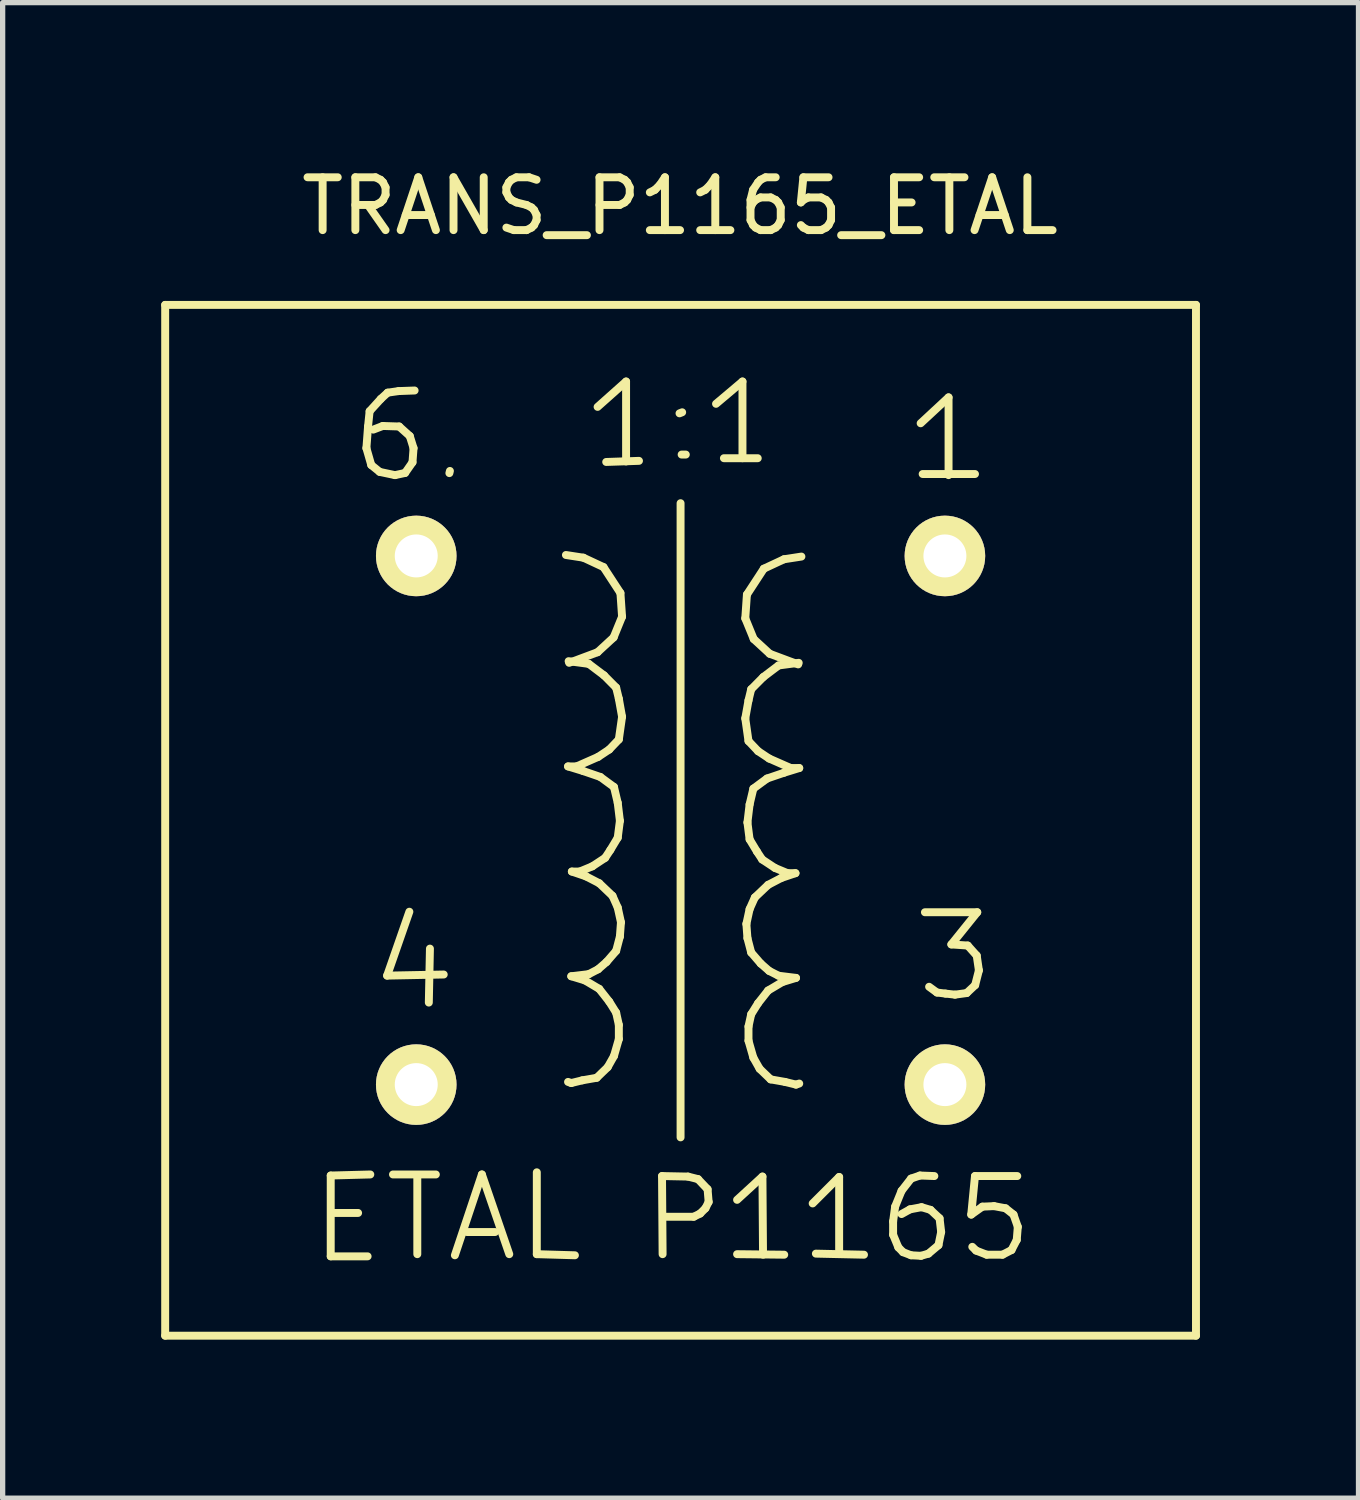
<source format=kicad_pcb>
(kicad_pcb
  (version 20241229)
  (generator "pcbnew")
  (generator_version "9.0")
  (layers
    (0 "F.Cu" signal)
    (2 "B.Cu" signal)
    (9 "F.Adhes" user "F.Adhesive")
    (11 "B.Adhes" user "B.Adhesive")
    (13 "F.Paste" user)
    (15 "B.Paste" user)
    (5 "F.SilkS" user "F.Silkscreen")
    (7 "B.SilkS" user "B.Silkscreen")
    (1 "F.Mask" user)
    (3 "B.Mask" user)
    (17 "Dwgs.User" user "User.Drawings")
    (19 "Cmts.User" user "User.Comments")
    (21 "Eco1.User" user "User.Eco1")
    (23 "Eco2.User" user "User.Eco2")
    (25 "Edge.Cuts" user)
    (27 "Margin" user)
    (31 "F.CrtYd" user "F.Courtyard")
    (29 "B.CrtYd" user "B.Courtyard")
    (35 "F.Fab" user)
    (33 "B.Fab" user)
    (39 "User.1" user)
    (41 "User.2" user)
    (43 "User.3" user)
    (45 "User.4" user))
  (footprint "TRANS_P1165_ETAL"
    (layer "F.Cu")
    (at 9.826 12.469)
    (property "Reference" "TRANS_P1165_ETAL" (at -0.01 -11.62 0) (layer "F.SilkS") (effects (font (size 1 1) (thickness 0.15))))
    (attr through_hole)
    (fp_line (start -9.751 -9.751) (end -9.751 9.751) (stroke (width 0.15) (type solid)) (layer "F.SilkS"))
    (fp_line (start -9.751 9.751) (end 9.751 9.751) (stroke (width 0.15) (type solid)) (layer "F.SilkS"))
    (fp_line (start -6.619 6.721) (end -6.619 8.25) (stroke (width 0.15) (type solid)) (layer "F.SilkS"))
    (fp_line (start -6.619 8.25) (end -5.921 8.25) (stroke (width 0.15) (type solid)) (layer "F.SilkS"))
    (fp_line (start -6.551 7.429) (end -6.101 7.429) (stroke (width 0.15) (type solid)) (layer "F.SilkS"))
    (fp_line (start -5.944 -7.041) (end -5.852 -6.721) (stroke (width 0.15) (type solid)) (layer "F.SilkS"))
    (fp_line (start -5.913 -7.45) (end -5.944 -7.041) (stroke (width 0.15) (type solid)) (layer "F.SilkS"))
    (fp_line (start -5.883 -7.739) (end -5.913 -7.45) (stroke (width 0.15) (type solid)) (layer "F.SilkS"))
    (fp_line (start -5.87 6.701) (end -6.619 6.721) (stroke (width 0.15) (type solid)) (layer "F.SilkS"))
    (fp_line (start -5.852 -6.721) (end -5.692 -6.591) (stroke (width 0.15) (type solid)) (layer "F.SilkS"))
    (fp_line (start -5.692 -6.591) (end -5.403 -6.53) (stroke (width 0.15) (type solid)) (layer "F.SilkS"))
    (fp_line (start -5.672 -7.971) (end -5.883 -7.739) (stroke (width 0.15) (type solid)) (layer "F.SilkS"))
    (fp_line (start -5.634 -7.46) (end -5.814 -7.391) (stroke (width 0.15) (type solid)) (layer "F.SilkS"))
    (fp_line (start -5.552 2.939) (end -4.481 2.918) (stroke (width 0.15) (type solid)) (layer "F.SilkS"))
    (fp_line (start -5.542 -8.09) (end -5.672 -7.971) (stroke (width 0.15) (type solid)) (layer "F.SilkS"))
    (fp_line (start -5.441 6.701) (end -4.63 6.701) (stroke (width 0.15) (type solid)) (layer "F.SilkS"))
    (fp_line (start -5.403 -6.53) (end -5.212 -6.571) (stroke (width 0.15) (type solid)) (layer "F.SilkS"))
    (fp_line (start -5.334 -8.12) (end -5.542 -8.09) (stroke (width 0.15) (type solid)) (layer "F.SilkS"))
    (fp_line (start -5.324 -7.45) (end -5.634 -7.46) (stroke (width 0.15) (type solid)) (layer "F.SilkS"))
    (fp_line (start -5.212 -6.571) (end -5.072 -6.772) (stroke (width 0.15) (type solid)) (layer "F.SilkS"))
    (fp_line (start -5.131 1.73) (end -5.552 2.939) (stroke (width 0.15) (type solid)) (layer "F.SilkS"))
    (fp_line (start -5.123 -7.269) (end -5.324 -7.45) (stroke (width 0.15) (type solid)) (layer "F.SilkS"))
    (fp_line (start -5.072 -6.772) (end -5.052 -7.041) (stroke (width 0.15) (type solid)) (layer "F.SilkS"))
    (fp_line (start -5.052 -7.041) (end -5.123 -7.269) (stroke (width 0.15) (type solid)) (layer "F.SilkS"))
    (fp_line (start -5.032 -8.131) (end -5.334 -8.12) (stroke (width 0.15) (type solid)) (layer "F.SilkS"))
    (fp_line (start -4.981 8.209) (end -4.981 6.741) (stroke (width 0.15) (type solid)) (layer "F.SilkS"))
    (fp_line (start -4.742 2.428) (end -4.763 3.449) (stroke (width 0.15) (type solid)) (layer "F.SilkS"))
    (fp_line (start -4.374 -6.568) (end -4.364 -6.609) (stroke (width 0.15) (type solid)) (layer "F.SilkS"))
    (fp_line (start -4.27 8.23) (end -3.759 6.701) (stroke (width 0.15) (type solid)) (layer "F.SilkS"))
    (fp_line (start -4.041 7.79) (end -3.51 7.79) (stroke (width 0.15) (type solid)) (layer "F.SilkS"))
    (fp_line (start -3.759 6.701) (end -3.241 8.209) (stroke (width 0.15) (type solid)) (layer "F.SilkS"))
    (fp_line (start -2.72 6.66) (end -2.72 8.209) (stroke (width 0.15) (type solid)) (layer "F.SilkS"))
    (fp_line (start -2.72 8.209) (end -1.999 8.23) (stroke (width 0.15) (type solid)) (layer "F.SilkS"))
    (fp_line (start -2.169 -5.019) (end -1.839 -4.968) (stroke (width 0.15) (type solid)) (layer "F.SilkS"))
    (fp_line (start -2.129 -1.019) (end -1.839 -0.93) (stroke (width 0.15) (type solid)) (layer "F.SilkS"))
    (fp_line (start -2.118 -3.01) (end -1.737 -2.959) (stroke (width 0.15) (type solid)) (layer "F.SilkS"))
    (fp_line (start -2.068 2.951) (end -1.808 3.03) (stroke (width 0.15) (type solid)) (layer "F.SilkS"))
    (fp_line (start -2.068 4.971) (end -2.129 4.95) (stroke (width 0.15) (type solid)) (layer "F.SilkS"))
    (fp_line (start -2.057 0.97) (end -1.788 1.062) (stroke (width 0.15) (type solid)) (layer "F.SilkS"))
    (fp_line (start -1.968 -1.019) (end -2.129 -1.019) (stroke (width 0.15) (type solid)) (layer "F.SilkS"))
    (fp_line (start -1.908 0.97) (end -2.057 0.97) (stroke (width 0.15) (type solid)) (layer "F.SilkS"))
    (fp_line (start -1.859 4.92) (end -2.068 4.971) (stroke (width 0.15) (type solid)) (layer "F.SilkS"))
    (fp_line (start -1.839 -4.968) (end -1.458 -4.79) (stroke (width 0.15) (type solid)) (layer "F.SilkS"))
    (fp_line (start -1.839 -0.93) (end -1.519 -0.82) (stroke (width 0.15) (type solid)) (layer "F.SilkS"))
    (fp_line (start -1.808 3.03) (end -1.539 3.19) (stroke (width 0.15) (type solid)) (layer "F.SilkS"))
    (fp_line (start -1.788 1.062) (end -1.539 1.191) (stroke (width 0.15) (type solid)) (layer "F.SilkS"))
    (fp_line (start -1.737 -2.959) (end -1.448 -2.741) (stroke (width 0.15) (type solid)) (layer "F.SilkS"))
    (fp_line (start -1.737 2.911) (end -2.068 2.951) (stroke (width 0.15) (type solid)) (layer "F.SilkS"))
    (fp_line (start -1.669 0.871) (end -1.908 0.97) (stroke (width 0.15) (type solid)) (layer "F.SilkS"))
    (fp_line (start -1.587 4.872) (end -1.859 4.92) (stroke (width 0.15) (type solid)) (layer "F.SilkS"))
    (fp_line (start -1.57 -7.821) (end -1.031 -8.301) (stroke (width 0.15) (type solid)) (layer "F.SilkS"))
    (fp_line (start -1.57 -3.18) (end -2.108 -2.979) (stroke (width 0.15) (type solid)) (layer "F.SilkS"))
    (fp_line (start -1.56 -1.199) (end -1.968 -1.019) (stroke (width 0.15) (type solid)) (layer "F.SilkS"))
    (fp_line (start -1.56 2.819) (end -1.737 2.911) (stroke (width 0.15) (type solid)) (layer "F.SilkS"))
    (fp_line (start -1.539 1.191) (end -1.288 1.43) (stroke (width 0.15) (type solid)) (layer "F.SilkS"))
    (fp_line (start -1.539 3.19) (end -1.349 3.432) (stroke (width 0.15) (type solid)) (layer "F.SilkS"))
    (fp_line (start -1.519 -0.82) (end -1.26 -0.63) (stroke (width 0.15) (type solid)) (layer "F.SilkS"))
    (fp_line (start -1.458 -4.79) (end -1.138 -4.3) (stroke (width 0.15) (type solid)) (layer "F.SilkS"))
    (fp_line (start -1.448 -2.741) (end -1.219 -2.51) (stroke (width 0.15) (type solid)) (layer "F.SilkS"))
    (fp_line (start -1.427 0.711) (end -1.669 0.871) (stroke (width 0.15) (type solid)) (layer "F.SilkS"))
    (fp_line (start -1.407 -6.779) (end -0.787 -6.8) (stroke (width 0.15) (type solid)) (layer "F.SilkS"))
    (fp_line (start -1.4 2.68) (end -1.56 2.819) (stroke (width 0.15) (type solid)) (layer "F.SilkS"))
    (fp_line (start -1.379 4.671) (end -1.587 4.872) (stroke (width 0.15) (type solid)) (layer "F.SilkS"))
    (fp_line (start -1.349 -1.339) (end -1.56 -1.199) (stroke (width 0.15) (type solid)) (layer "F.SilkS"))
    (fp_line (start -1.349 3.432) (end -1.219 3.64) (stroke (width 0.15) (type solid)) (layer "F.SilkS"))
    (fp_line (start -1.328 0.561) (end -1.427 0.711) (stroke (width 0.15) (type solid)) (layer "F.SilkS"))
    (fp_line (start -1.288 1.43) (end -1.189 1.651) (stroke (width 0.15) (type solid)) (layer "F.SilkS"))
    (fp_line (start -1.267 -3.459) (end -1.57 -3.18) (stroke (width 0.15) (type solid)) (layer "F.SilkS"))
    (fp_line (start -1.26 -0.63) (end -1.189 -0.33) (stroke (width 0.15) (type solid)) (layer "F.SilkS"))
    (fp_line (start -1.26 4.46) (end -1.379 4.671) (stroke (width 0.15) (type solid)) (layer "F.SilkS"))
    (fp_line (start -1.219 -2.51) (end -1.168 -2.299) (stroke (width 0.15) (type solid)) (layer "F.SilkS"))
    (fp_line (start -1.219 2.471) (end -1.4 2.68) (stroke (width 0.15) (type solid)) (layer "F.SilkS"))
    (fp_line (start -1.219 3.64) (end -1.168 3.871) (stroke (width 0.15) (type solid)) (layer "F.SilkS"))
    (fp_line (start -1.189 -0.33) (end -1.148 0.01) (stroke (width 0.15) (type solid)) (layer "F.SilkS"))
    (fp_line (start -1.189 0.33) (end -1.328 0.561) (stroke (width 0.15) (type solid)) (layer "F.SilkS"))
    (fp_line (start -1.189 1.651) (end -1.128 1.93) (stroke (width 0.15) (type solid)) (layer "F.SilkS"))
    (fp_line (start -1.168 -2.299) (end -1.107 -1.958) (stroke (width 0.15) (type solid)) (layer "F.SilkS"))
    (fp_line (start -1.168 -1.529) (end -1.349 -1.339) (stroke (width 0.15) (type solid)) (layer "F.SilkS"))
    (fp_line (start -1.168 3.871) (end -1.168 4.14) (stroke (width 0.15) (type solid)) (layer "F.SilkS"))
    (fp_line (start -1.168 4.14) (end -1.26 4.46) (stroke (width 0.15) (type solid)) (layer "F.SilkS"))
    (fp_line (start -1.148 0.01) (end -1.189 0.33) (stroke (width 0.15) (type solid)) (layer "F.SilkS"))
    (fp_line (start -1.148 2.2) (end -1.219 2.471) (stroke (width 0.15) (type solid)) (layer "F.SilkS"))
    (fp_line (start -1.138 -4.3) (end -1.107 -3.851) (stroke (width 0.15) (type solid)) (layer "F.SilkS"))
    (fp_line (start -1.128 1.93) (end -1.148 2.2) (stroke (width 0.15) (type solid)) (layer "F.SilkS"))
    (fp_line (start -1.107 -3.851) (end -1.267 -3.459) (stroke (width 0.15) (type solid)) (layer "F.SilkS"))
    (fp_line (start -1.107 -1.958) (end -1.168 -1.529) (stroke (width 0.15) (type solid)) (layer "F.SilkS"))
    (fp_line (start -1.031 -8.301) (end -1.031 -6.789) (stroke (width 0.15) (type solid)) (layer "F.SilkS"))
    (fp_line (start -0.351 6.731) (end 0.14 6.741) (stroke (width 0.15) (type solid)) (layer "F.SilkS"))
    (fp_line (start -0.34 8.209) (end -0.351 6.731) (stroke (width 0.15) (type solid)) (layer "F.SilkS"))
    (fp_line (start 0 -5.999) (end 0 5.999) (stroke (width 0.15) (type solid)) (layer "F.SilkS"))
    (fp_line (start 0.03 -7.719) (end -0.02 -7.699) (stroke (width 0.15) (type solid)) (layer "F.SilkS"))
    (fp_line (start 0.099 -6.919) (end 0.02 -6.919) (stroke (width 0.15) (type solid)) (layer "F.SilkS"))
    (fp_line (start 0.14 6.741) (end 0.33 6.789) (stroke (width 0.15) (type solid)) (layer "F.SilkS"))
    (fp_line (start 0.249 7.501) (end -0.269 7.501) (stroke (width 0.15) (type solid)) (layer "F.SilkS"))
    (fp_line (start 0.33 6.789) (end 0.511 6.98) (stroke (width 0.15) (type solid)) (layer "F.SilkS"))
    (fp_line (start 0.371 7.44) (end 0.249 7.501) (stroke (width 0.15) (type solid)) (layer "F.SilkS"))
    (fp_line (start 0.47 7.341) (end 0.371 7.44) (stroke (width 0.15) (type solid)) (layer "F.SilkS"))
    (fp_line (start 0.511 6.98) (end 0.531 7.221) (stroke (width 0.15) (type solid)) (layer "F.SilkS"))
    (fp_line (start 0.531 7.221) (end 0.47 7.341) (stroke (width 0.15) (type solid)) (layer "F.SilkS"))
    (fp_line (start 0.671 -7.879) (end 1.171 -8.301) (stroke (width 0.15) (type solid)) (layer "F.SilkS"))
    (fp_line (start 0.82 -6.85) (end 1.46 -6.85) (stroke (width 0.15) (type solid)) (layer "F.SilkS"))
    (fp_line (start 1.069 7.181) (end 1.549 6.741) (stroke (width 0.15) (type solid)) (layer "F.SilkS"))
    (fp_line (start 1.069 8.209) (end 1.961 8.219) (stroke (width 0.15) (type solid)) (layer "F.SilkS"))
    (fp_line (start 1.171 -8.301) (end 1.171 -6.85) (stroke (width 0.15) (type solid)) (layer "F.SilkS"))
    (fp_line (start 1.224 -3.82) (end 1.384 -3.429) (stroke (width 0.15) (type solid)) (layer "F.SilkS"))
    (fp_line (start 1.224 -1.928) (end 1.285 -1.499) (stroke (width 0.15) (type solid)) (layer "F.SilkS"))
    (fp_line (start 1.245 1.961) (end 1.265 2.23) (stroke (width 0.15) (type solid)) (layer "F.SilkS"))
    (fp_line (start 1.255 -4.27) (end 1.224 -3.82) (stroke (width 0.15) (type solid)) (layer "F.SilkS"))
    (fp_line (start 1.265 0.041) (end 1.306 0.361) (stroke (width 0.15) (type solid)) (layer "F.SilkS"))
    (fp_line (start 1.265 2.23) (end 1.336 2.502) (stroke (width 0.15) (type solid)) (layer "F.SilkS"))
    (fp_line (start 1.285 -2.268) (end 1.224 -1.928) (stroke (width 0.15) (type solid)) (layer "F.SilkS"))
    (fp_line (start 1.285 -1.499) (end 1.466 -1.308) (stroke (width 0.15) (type solid)) (layer "F.SilkS"))
    (fp_line (start 1.285 3.901) (end 1.285 4.171) (stroke (width 0.15) (type solid)) (layer "F.SilkS"))
    (fp_line (start 1.285 4.171) (end 1.377 4.491) (stroke (width 0.15) (type solid)) (layer "F.SilkS"))
    (fp_line (start 1.306 -0.3) (end 1.265 0.041) (stroke (width 0.15) (type solid)) (layer "F.SilkS"))
    (fp_line (start 1.306 0.361) (end 1.445 0.592) (stroke (width 0.15) (type solid)) (layer "F.SilkS"))
    (fp_line (start 1.306 1.681) (end 1.245 1.961) (stroke (width 0.15) (type solid)) (layer "F.SilkS"))
    (fp_line (start 1.336 -2.479) (end 1.285 -2.268) (stroke (width 0.15) (type solid)) (layer "F.SilkS"))
    (fp_line (start 1.336 2.502) (end 1.516 2.71) (stroke (width 0.15) (type solid)) (layer "F.SilkS"))
    (fp_line (start 1.336 3.67) (end 1.285 3.901) (stroke (width 0.15) (type solid)) (layer "F.SilkS"))
    (fp_line (start 1.377 -0.599) (end 1.306 -0.3) (stroke (width 0.15) (type solid)) (layer "F.SilkS"))
    (fp_line (start 1.377 4.491) (end 1.496 4.702) (stroke (width 0.15) (type solid)) (layer "F.SilkS"))
    (fp_line (start 1.384 -3.429) (end 1.687 -3.15) (stroke (width 0.15) (type solid)) (layer "F.SilkS"))
    (fp_line (start 1.405 1.46) (end 1.306 1.681) (stroke (width 0.15) (type solid)) (layer "F.SilkS"))
    (fp_line (start 1.445 0.592) (end 1.544 0.742) (stroke (width 0.15) (type solid)) (layer "F.SilkS"))
    (fp_line (start 1.466 -1.308) (end 1.676 -1.168) (stroke (width 0.15) (type solid)) (layer "F.SilkS"))
    (fp_line (start 1.466 3.462) (end 1.336 3.67) (stroke (width 0.15) (type solid)) (layer "F.SilkS"))
    (fp_line (start 1.496 4.702) (end 1.704 4.902) (stroke (width 0.15) (type solid)) (layer "F.SilkS"))
    (fp_line (start 1.516 2.71) (end 1.676 2.85) (stroke (width 0.15) (type solid)) (layer "F.SilkS"))
    (fp_line (start 1.544 0.742) (end 1.786 0.902) (stroke (width 0.15) (type solid)) (layer "F.SilkS"))
    (fp_line (start 1.549 6.741) (end 1.56 8.219) (stroke (width 0.15) (type solid)) (layer "F.SilkS"))
    (fp_line (start 1.565 -2.71) (end 1.336 -2.479) (stroke (width 0.15) (type solid)) (layer "F.SilkS"))
    (fp_line (start 1.575 -4.76) (end 1.255 -4.27) (stroke (width 0.15) (type solid)) (layer "F.SilkS"))
    (fp_line (start 1.636 -0.79) (end 1.377 -0.599) (stroke (width 0.15) (type solid)) (layer "F.SilkS"))
    (fp_line (start 1.656 1.222) (end 1.405 1.46) (stroke (width 0.15) (type solid)) (layer "F.SilkS"))
    (fp_line (start 1.656 3.221) (end 1.466 3.462) (stroke (width 0.15) (type solid)) (layer "F.SilkS"))
    (fp_line (start 1.676 -1.168) (end 2.085 -0.988) (stroke (width 0.15) (type solid)) (layer "F.SilkS"))
    (fp_line (start 1.676 2.85) (end 1.854 2.941) (stroke (width 0.15) (type solid)) (layer "F.SilkS"))
    (fp_line (start 1.687 -3.15) (end 2.225 -2.949) (stroke (width 0.15) (type solid)) (layer "F.SilkS"))
    (fp_line (start 1.704 4.902) (end 1.976 4.95) (stroke (width 0.15) (type solid)) (layer "F.SilkS"))
    (fp_line (start 1.786 0.902) (end 2.024 1.001) (stroke (width 0.15) (type solid)) (layer "F.SilkS"))
    (fp_line (start 1.854 -2.929) (end 1.565 -2.71) (stroke (width 0.15) (type solid)) (layer "F.SilkS"))
    (fp_line (start 1.854 2.941) (end 2.184 2.982) (stroke (width 0.15) (type solid)) (layer "F.SilkS"))
    (fp_line (start 1.905 1.092) (end 1.656 1.222) (stroke (width 0.15) (type solid)) (layer "F.SilkS"))
    (fp_line (start 1.925 3.061) (end 1.656 3.221) (stroke (width 0.15) (type solid)) (layer "F.SilkS"))
    (fp_line (start 1.956 -4.938) (end 1.575 -4.76) (stroke (width 0.15) (type solid)) (layer "F.SilkS"))
    (fp_line (start 1.956 -0.899) (end 1.636 -0.79) (stroke (width 0.15) (type solid)) (layer "F.SilkS"))
    (fp_line (start 1.976 4.95) (end 2.184 5.001) (stroke (width 0.15) (type solid)) (layer "F.SilkS"))
    (fp_line (start 2.024 1.001) (end 2.174 1.001) (stroke (width 0.15) (type solid)) (layer "F.SilkS"))
    (fp_line (start 2.085 -0.988) (end 2.245 -0.988) (stroke (width 0.15) (type solid)) (layer "F.SilkS"))
    (fp_line (start 2.174 1.001) (end 1.905 1.092) (stroke (width 0.15) (type solid)) (layer "F.SilkS"))
    (fp_line (start 2.184 2.982) (end 1.925 3.061) (stroke (width 0.15) (type solid)) (layer "F.SilkS"))
    (fp_line (start 2.184 5.001) (end 2.245 4.981) (stroke (width 0.15) (type solid)) (layer "F.SilkS"))
    (fp_line (start 2.235 -2.979) (end 1.854 -2.929) (stroke (width 0.15) (type solid)) (layer "F.SilkS"))
    (fp_line (start 2.245 -0.988) (end 1.956 -0.899) (stroke (width 0.15) (type solid)) (layer "F.SilkS"))
    (fp_line (start 2.286 -4.989) (end 1.956 -4.938) (stroke (width 0.15) (type solid)) (layer "F.SilkS"))
    (fp_line (start 2.499 7.249) (end 3 6.749) (stroke (width 0.15) (type solid)) (layer "F.SilkS"))
    (fp_line (start 2.56 8.199) (end 3.47 8.219) (stroke (width 0.15) (type solid)) (layer "F.SilkS"))
    (fp_line (start 3 6.749) (end 3 8.199) (stroke (width 0.15) (type solid)) (layer "F.SilkS"))
    (fp_line (start 4.021 7.59) (end 4.021 7.841) (stroke (width 0.15) (type solid)) (layer "F.SilkS"))
    (fp_line (start 4.021 7.841) (end 4.12 8.08) (stroke (width 0.15) (type solid)) (layer "F.SilkS"))
    (fp_line (start 4.059 7.31) (end 4.021 7.59) (stroke (width 0.15) (type solid)) (layer "F.SilkS"))
    (fp_line (start 4.12 8.08) (end 4.209 8.171) (stroke (width 0.15) (type solid)) (layer "F.SilkS"))
    (fp_line (start 4.181 7.01) (end 4.059 7.31) (stroke (width 0.15) (type solid)) (layer "F.SilkS"))
    (fp_line (start 4.209 8.171) (end 4.361 8.23) (stroke (width 0.15) (type solid)) (layer "F.SilkS"))
    (fp_line (start 4.341 7.361) (end 4.181 7.45) (stroke (width 0.15) (type solid)) (layer "F.SilkS"))
    (fp_line (start 4.361 6.779) (end 4.181 7.01) (stroke (width 0.15) (type solid)) (layer "F.SilkS"))
    (fp_line (start 4.361 8.23) (end 4.549 8.24) (stroke (width 0.15) (type solid)) (layer "F.SilkS"))
    (fp_line (start 4.529 6.721) (end 4.361 6.779) (stroke (width 0.15) (type solid)) (layer "F.SilkS"))
    (fp_line (start 4.542 -7.511) (end 5.07 -8.001) (stroke (width 0.15) (type solid)) (layer "F.SilkS"))
    (fp_line (start 4.549 8.24) (end 4.689 8.199) (stroke (width 0.15) (type solid)) (layer "F.SilkS"))
    (fp_line (start 4.559 7.32) (end 4.341 7.361) (stroke (width 0.15) (type solid)) (layer "F.SilkS"))
    (fp_line (start 4.58 -6.551) (end 5.57 -6.551) (stroke (width 0.15) (type solid)) (layer "F.SilkS"))
    (fp_line (start 4.623 1.74) (end 5.613 1.74) (stroke (width 0.15) (type solid)) (layer "F.SilkS"))
    (fp_line (start 4.689 8.199) (end 4.879 8.039) (stroke (width 0.15) (type solid)) (layer "F.SilkS"))
    (fp_line (start 4.729 7.371) (end 4.559 7.32) (stroke (width 0.15) (type solid)) (layer "F.SilkS"))
    (fp_line (start 4.801 6.731) (end 4.529 6.721) (stroke (width 0.15) (type solid)) (layer "F.SilkS"))
    (fp_line (start 4.851 3.259) (end 4.702 3.15) (stroke (width 0.15) (type solid)) (layer "F.SilkS"))
    (fp_line (start 4.879 8.039) (end 4.93 7.79) (stroke (width 0.15) (type solid)) (layer "F.SilkS"))
    (fp_line (start 4.9 7.531) (end 4.729 7.371) (stroke (width 0.15) (type solid)) (layer "F.SilkS"))
    (fp_line (start 4.93 7.79) (end 4.9 7.531) (stroke (width 0.15) (type solid)) (layer "F.SilkS"))
    (fp_line (start 5.011 3.279) (end 4.851 3.259) (stroke (width 0.15) (type solid)) (layer "F.SilkS"))
    (fp_line (start 5.07 -8.001) (end 5.07 -6.53) (stroke (width 0.15) (type solid)) (layer "F.SilkS"))
    (fp_line (start 5.123 2.349) (end 5.433 2.37) (stroke (width 0.15) (type solid)) (layer "F.SilkS"))
    (fp_line (start 5.192 3.299) (end 5.011 3.279) (stroke (width 0.15) (type solid)) (layer "F.SilkS"))
    (fp_line (start 5.413 3.269) (end 5.192 3.299) (stroke (width 0.15) (type solid)) (layer "F.SilkS"))
    (fp_line (start 5.433 2.37) (end 5.603 2.56) (stroke (width 0.15) (type solid)) (layer "F.SilkS"))
    (fp_line (start 5.499 7.46) (end 5.71 7.31) (stroke (width 0.15) (type solid)) (layer "F.SilkS"))
    (fp_line (start 5.57 6.731) (end 5.499 7.46) (stroke (width 0.15) (type solid)) (layer "F.SilkS"))
    (fp_line (start 5.573 3.119) (end 5.413 3.269) (stroke (width 0.15) (type solid)) (layer "F.SilkS"))
    (fp_line (start 5.591 8.141) (end 5.519 8.07) (stroke (width 0.15) (type solid)) (layer "F.SilkS"))
    (fp_line (start 5.603 2.56) (end 5.644 2.84) (stroke (width 0.15) (type solid)) (layer "F.SilkS"))
    (fp_line (start 5.613 1.74) (end 5.123 2.349) (stroke (width 0.15) (type solid)) (layer "F.SilkS"))
    (fp_line (start 5.644 2.84) (end 5.573 3.119) (stroke (width 0.15) (type solid)) (layer "F.SilkS"))
    (fp_line (start 5.71 7.31) (end 5.931 7.3) (stroke (width 0.15) (type solid)) (layer "F.SilkS"))
    (fp_line (start 5.791 8.219) (end 5.591 8.141) (stroke (width 0.15) (type solid)) (layer "F.SilkS"))
    (fp_line (start 5.931 7.3) (end 6.149 7.341) (stroke (width 0.15) (type solid)) (layer "F.SilkS"))
    (fp_line (start 6.091 8.219) (end 5.791 8.219) (stroke (width 0.15) (type solid)) (layer "F.SilkS"))
    (fp_line (start 6.149 7.341) (end 6.299 7.46) (stroke (width 0.15) (type solid)) (layer "F.SilkS"))
    (fp_line (start 6.261 8.131) (end 6.091 8.219) (stroke (width 0.15) (type solid)) (layer "F.SilkS"))
    (fp_line (start 6.299 7.46) (end 6.38 7.691) (stroke (width 0.15) (type solid)) (layer "F.SilkS"))
    (fp_line (start 6.36 7.94) (end 6.261 8.131) (stroke (width 0.15) (type solid)) (layer "F.SilkS"))
    (fp_line (start 6.37 6.731) (end 5.57 6.731) (stroke (width 0.15) (type solid)) (layer "F.SilkS"))
    (fp_line (start 6.38 7.691) (end 6.36 7.94) (stroke (width 0.15) (type solid)) (layer "F.SilkS"))
    (fp_line (start 9.751 -9.751) (end -9.751 -9.751) (stroke (width 0.15) (type solid)) (layer "F.SilkS"))
    (fp_line (start 9.751 9.751) (end 9.751 -9.751) (stroke (width 0.15) (type solid)) (layer "F.SilkS"))
    (pad "1" thru_hole circle (at 5.001 -5.001) (size 1.524 1.524) (drill 0.813) (layers "*.Cu" "*.Mask" "F.SilkS"))
    (pad "3" thru_hole circle (at 5.001 5.001) (size 1.524 1.524) (drill 0.813) (layers "*.Cu" "*.Mask" "F.SilkS"))
    (pad "4" thru_hole circle (at -5.001 5.001) (size 1.524 1.524) (drill 0.813) (layers "*.Cu" "*.Mask" "F.SilkS"))
    (pad "6" thru_hole circle (at -5.001 -5.001) (size 1.524 1.524) (drill 0.813) (layers "*.Cu" "*.Mask" "F.SilkS")))
  (gr_rect
    (start -3 -3)
    (end 22.652 25.295)
    (stroke (width 0.1) (type default))
    (fill no)
    (layer "Edge.Cuts")))
</source>
